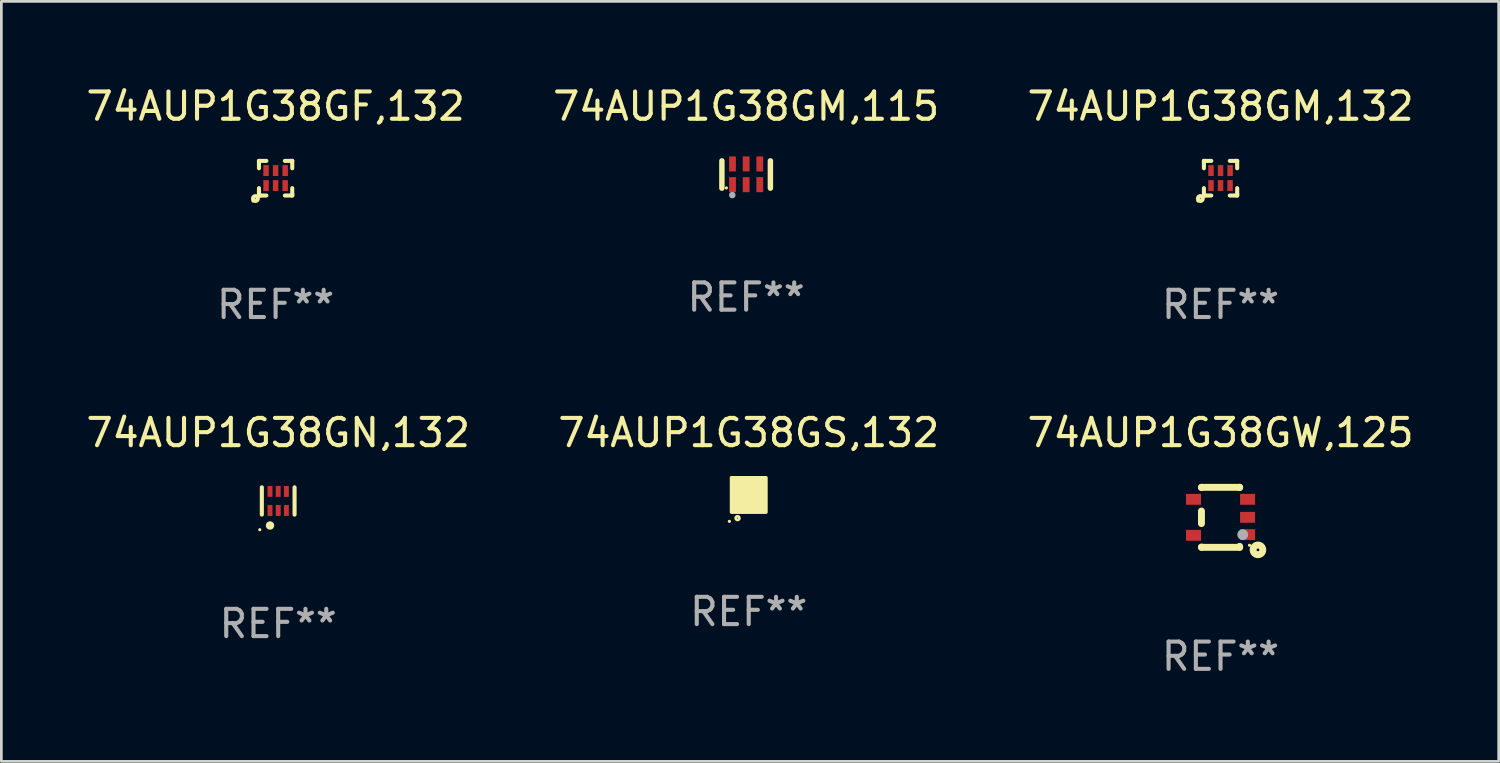
<source format=kicad_pcb>
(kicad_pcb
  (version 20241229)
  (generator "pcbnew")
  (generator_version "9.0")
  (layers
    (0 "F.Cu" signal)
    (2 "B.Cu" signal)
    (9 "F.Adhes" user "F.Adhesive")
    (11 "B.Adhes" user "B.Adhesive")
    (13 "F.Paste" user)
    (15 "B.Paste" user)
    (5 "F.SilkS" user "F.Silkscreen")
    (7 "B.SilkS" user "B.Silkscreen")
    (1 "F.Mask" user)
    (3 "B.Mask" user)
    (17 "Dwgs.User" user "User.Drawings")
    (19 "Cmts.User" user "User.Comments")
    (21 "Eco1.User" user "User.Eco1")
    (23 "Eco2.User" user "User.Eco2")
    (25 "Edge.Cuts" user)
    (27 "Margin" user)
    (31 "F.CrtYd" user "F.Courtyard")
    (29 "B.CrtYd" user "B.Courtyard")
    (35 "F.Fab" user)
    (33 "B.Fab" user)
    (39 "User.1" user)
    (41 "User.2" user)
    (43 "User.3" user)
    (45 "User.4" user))
  (footprint "74AUP1G38GN,132"
    (layer "F.Cu")
    (at 7.149 15.315)
    (property "Reference" "74AUP1G38GN,132" (at 0 -2.5 0) (layer "F.SilkS") (effects (font (size 1 1) (thickness 0.15))))
    (attr through_hole)
    (fp_line (start -0.6 -0.5) (end -0.6 0.5) (stroke (width 0.15) (type solid)) (layer "F.SilkS"))
    (fp_line (start 0.6 0.5) (end 0.6 -0.5) (stroke (width 0.15) (type solid)) (layer "F.SilkS"))
    (fp_circle (center -0.675 1.055) (end -0.645 1.055) (stroke (width 0.06) (type solid)) (fill no) (layer "F.SilkS"))
    (fp_circle (center -0.3 0.9) (end -0.22 0.9) (stroke (width 0.15) (type solid)) (fill no) (layer "F.SilkS"))
    (fp_text user "REF**" (at 0 4.5 0) (layer "F.Fab") (effects (font (size 1 1) (thickness 0.15))))
    (pad "1" smd rect (at -0.3 0.35) (size 0.18 0.4) (layers "F.Cu" "F.Mask" "F.Paste"))
    (pad "2" smd rect (at 0.000025 0.35) (size 0.18 0.4) (layers "F.Cu" "F.Mask" "F.Paste"))
    (pad "3" smd rect (at 0.3 0.35) (size 0.18 0.4) (layers "F.Cu" "F.Mask" "F.Paste"))
    (pad "4" smd rect (at 0.3 -0.35) (size 0.18 0.4) (layers "F.Cu" "F.Mask" "F.Paste"))
    (pad "5" smd rect (at 0.000025 -0.35) (size 0.18 0.4) (layers "F.Cu" "F.Mask" "F.Paste"))
    (pad "6" smd rect (at -0.3 -0.35) (size 0.18 0.4) (layers "F.Cu" "F.Mask" "F.Paste")))
  (footprint "74AUP1G38GF,132"
    (layer "F.Cu")
    (at 7.054 3.483)
    (property "Reference" "74AUP1G38GF,132" (at 0 -2.635 0) (layer "F.SilkS") (effects (font (size 1 1) (thickness 0.15))))
    (attr through_hole)
    (fp_line (start -0.61 0.635) (end -0.61 0.365) (stroke (width 0.15) (type solid)) (layer "F.SilkS"))
    (fp_line (start -0.61 -0.635) (end -0.34 -0.635) (stroke (width 0.15) (type solid)) (layer "F.SilkS"))
    (fp_line (start -0.61 -0.585) (end -0.61 -0.635) (stroke (width 0.15) (type solid)) (layer "F.SilkS"))
    (fp_line (start -0.61 -0.365) (end -0.61 -0.585) (stroke (width 0.15) (type solid)) (layer "F.SilkS"))
    (fp_line (start -0.56 0.635) (end -0.61 0.635) (stroke (width 0.15) (type solid)) (layer "F.SilkS"))
    (fp_line (start -0.34 0.635) (end -0.56 0.635) (stroke (width 0.15) (type solid)) (layer "F.SilkS"))
    (fp_line (start 0.34 -0.635) (end 0.56 -0.635) (stroke (width 0.15) (type solid)) (layer "F.SilkS"))
    (fp_line (start 0.56 -0.635) (end 0.61 -0.635) (stroke (width 0.15) (type solid)) (layer "F.SilkS"))
    (fp_line (start 0.61 -0.635) (end 0.61 -0.365) (stroke (width 0.15) (type solid)) (layer "F.SilkS"))
    (fp_line (start 0.61 0.365) (end 0.61 0.585) (stroke (width 0.15) (type solid)) (layer "F.SilkS"))
    (fp_line (start 0.61 0.585) (end 0.61 0.635) (stroke (width 0.15) (type solid)) (layer "F.SilkS"))
    (fp_line (start 0.61 0.635) (end 0.34 0.635) (stroke (width 0.15) (type solid)) (layer "F.SilkS"))
    (fp_circle (center -0.829 0.834) (end -0.799 0.834) (stroke (width 0.06) (type solid)) (fill no) (layer "F.SilkS"))
    (fp_circle (center -0.74 0.745) (end -0.726 0.745) (stroke (width 0.15) (type solid)) (fill no) (layer "F.SilkS"))
    (fp_text user "REF**" (at 0 4.635 0) (layer "F.Fab") (effects (font (size 1 1) (thickness 0.15))))
    (pad "1" smd rect (at -0.35 0.27) (size 0.2 0.4) (layers "F.Cu" "F.Mask" "F.Paste"))
    (pad "2" smd rect (at -0.000051 0.27) (size 0.2 0.4) (layers "F.Cu" "F.Mask" "F.Paste"))
    (pad "3" smd rect (at 0.35 0.27) (size 0.2 0.4) (layers "F.Cu" "F.Mask" "F.Paste"))
    (pad "4" smd rect (at 0.35 -0.28) (size 0.2 0.4) (layers "F.Cu" "F.Mask" "F.Paste"))
    (pad "5" smd rect (at -0.000051 -0.28) (size 0.2 0.4) (layers "F.Cu" "F.Mask" "F.Paste"))
    (pad "6" smd rect (at -0.35 -0.28) (size 0.2 0.4) (layers "F.Cu" "F.Mask" "F.Paste")))
  (footprint "74AUP1G38GS,132"
    (layer "F.Cu")
    (at 24.399 15.095)
    (property "Reference" "74AUP1G38GS,132" (at 0 -2.28 0) (layer "F.SilkS") (effects (font (size 1 1) (thickness 0.15))))
    (attr through_hole)
    (fp_circle (center -0.71 0.968) (end -0.68 0.968) (stroke (width 0.06) (type solid)) (fill no) (layer "F.SilkS"))
    (fp_circle (center -0.41 0.85) (end -0.342 0.85) (stroke (width 0.1) (type solid)) (fill no) (layer "F.SilkS"))
    (fp_poly (pts (xy -0.635 -0.635) (xy 0.635 -0.635) (xy 0.635 0.635) (xy -0.635 0.635)) (stroke (width 0.12) (type solid)) (fill yes) (layer "F.SilkS"))
    (fp_text user "REF**" (at 0 4.28 0) (layer "F.Fab") (effects (font (size 1 1) (thickness 0.15))))
    (pad "1" smd rect (at -0.35 0.28 90) (size 0.35 0.2) (layers "F.Cu" "F.Mask" "F.Paste"))
    (pad "2" smd rect (at 0 0.28 90) (size 0.35 0.2) (layers "F.Cu" "F.Mask" "F.Paste"))
    (pad "3" smd rect (at 0.35 0.28 90) (size 0.35 0.2) (layers "F.Cu" "F.Mask" "F.Paste"))
    (pad "4" smd rect (at 0.35 -0.28 90) (size 0.35 0.2) (layers "F.Cu" "F.Mask" "F.Paste"))
    (pad "5" smd rect (at 0 -0.28 90) (size 0.35 0.2) (layers "F.Cu" "F.Mask" "F.Paste"))
    (pad "6" smd rect (at -0.35 -0.28 90) (size 0.35 0.2) (layers "F.Cu" "F.Mask" "F.Paste")))
  (footprint "74AUP1G38GW,125"
    (layer "F.Cu")
    (at 41.696 15.915)
    (property "Reference" "74AUP1G38GW,125" (at 0 -3.1 0) (layer "F.SilkS") (effects (font (size 1 1) (thickness 0.15))))
    (attr through_hole)
    (fp_line (start -0.7 -1.1) (end 0.7 -1.1) (stroke (width 0.254) (type solid)) (layer "F.SilkS"))
    (fp_line (start -0.7 -1.09) (end -0.7 -1.1) (stroke (width 0.254) (type solid)) (layer "F.SilkS"))
    (fp_line (start -0.7 0.23) (end -0.7 -0.23) (stroke (width 0.254) (type solid)) (layer "F.SilkS"))
    (fp_line (start -0.7 1.1) (end -0.7 1.09) (stroke (width 0.254) (type solid)) (layer "F.SilkS"))
    (fp_line (start -0.7 1.1) (end 0.7 1.1) (stroke (width 0.254) (type solid)) (layer "F.SilkS"))
    (fp_line (start 0.7 -1.09) (end 0.7 -1.1) (stroke (width 0.254) (type solid)) (layer "F.SilkS"))
    (fp_line (start 0.7 1.1) (end 0.7 1.065) (stroke (width 0.254) (type solid)) (layer "F.SilkS"))
    (fp_circle (center 1.062 1.025) (end 1.092 1.025) (stroke (width 0.06) (type solid)) (fill no) (layer "F.SilkS"))
    (fp_circle (center 1.372 1.194) (end 1.422 1.194) (stroke (width 0.254) (type solid)) (fill no) (layer "F.SilkS"))
    (fp_circle (center 0.813 0.635) (end 0.913 0.635) (stroke (width 0.2) (type solid)) (fill no) (layer "F.Fab"))
    (fp_text user "REF**" (at 0 5.1 0) (layer "F.Fab") (effects (font (size 1 1) (thickness 0.15))))
    (pad "1" smd rect (at 0.991 0.635 270) (size 0.399 0.551) (layers "F.Cu" "F.Mask" "F.Paste"))
    (pad "2" smd rect (at 0.991 0.000051 270) (size 0.399 0.551) (layers "F.Cu" "F.Mask" "F.Paste"))
    (pad "3" smd rect (at 0.991 -0.66 270) (size 0.399 0.551) (layers "F.Cu" "F.Mask" "F.Paste"))
    (pad "4" smd rect (at -0.991 -0.66 270) (size 0.399 0.551) (layers "F.Cu" "F.Mask" "F.Paste"))
    (pad "5" smd rect (at -0.991 0.66 270) (size 0.399 0.551) (layers "F.Cu" "F.Mask" "F.Paste")))
  (footprint "74AUP1G38GM,115"
    (layer "F.Cu")
    (at 24.304 3.348)
    (property "Reference" "74AUP1G38GM,115" (at 0 -2.5 0) (layer "F.SilkS") (effects (font (size 1 1) (thickness 0.15))))
    (attr through_hole)
    (fp_line (start -0.889 0.5) (end -0.889 -0.5) (stroke (width 0.2) (type solid)) (layer "F.SilkS"))
    (fp_line (start 0.889 0.5) (end 0.889 -0.5) (stroke (width 0.2) (type solid)) (layer "F.SilkS"))
    (fp_circle (center -0.725 0.492) (end -0.695 0.492) (stroke (width 0.06) (type solid)) (fill no) (layer "F.SilkS"))
    (fp_circle (center -0.508 0.754) (end -0.448 0.754) (stroke (width 0.12) (type solid)) (fill no) (layer "F.Fab"))
    (fp_text user "REF**" (at 0 4.5 0) (layer "F.Fab") (effects (font (size 1 1) (thickness 0.15))))
    (pad "1" smd rect (at -0.5 0.372) (size 0.25 0.55) (layers "F.Cu" "F.Mask" "F.Paste"))
    (pad "2" smd rect (at -0.000127 0.372) (size 0.25 0.55) (layers "F.Cu" "F.Mask" "F.Paste"))
    (pad "3" smd rect (at 0.5 0.372) (size 0.25 0.55) (layers "F.Cu" "F.Mask" "F.Paste"))
    (pad "4" smd rect (at 0.5 -0.388 180) (size 0.25 0.55) (layers "F.Cu" "F.Mask" "F.Paste"))
    (pad "5" smd rect (at -0.000127 -0.388 180) (size 0.25 0.55) (layers "F.Cu" "F.Mask" "F.Paste"))
    (pad "6" smd rect (at -0.5 -0.388 180) (size 0.25 0.55) (layers "F.Cu" "F.Mask" "F.Paste")))
  (footprint "74AUP1G38GM,132"
    (layer "F.Cu")
    (at 41.696 3.483)
    (property "Reference" "74AUP1G38GM,132" (at 0 -2.635 0) (layer "F.SilkS") (effects (font (size 1 1) (thickness 0.15))))
    (attr through_hole)
    (fp_line (start -0.61 0.635) (end -0.61 0.365) (stroke (width 0.15) (type solid)) (layer "F.SilkS"))
    (fp_line (start -0.61 -0.635) (end -0.34 -0.635) (stroke (width 0.15) (type solid)) (layer "F.SilkS"))
    (fp_line (start -0.61 -0.585) (end -0.61 -0.635) (stroke (width 0.15) (type solid)) (layer "F.SilkS"))
    (fp_line (start -0.61 -0.365) (end -0.61 -0.585) (stroke (width 0.15) (type solid)) (layer "F.SilkS"))
    (fp_line (start -0.56 0.635) (end -0.61 0.635) (stroke (width 0.15) (type solid)) (layer "F.SilkS"))
    (fp_line (start -0.34 0.635) (end -0.56 0.635) (stroke (width 0.15) (type solid)) (layer "F.SilkS"))
    (fp_line (start 0.34 -0.635) (end 0.56 -0.635) (stroke (width 0.15) (type solid)) (layer "F.SilkS"))
    (fp_line (start 0.56 -0.635) (end 0.61 -0.635) (stroke (width 0.15) (type solid)) (layer "F.SilkS"))
    (fp_line (start 0.61 -0.635) (end 0.61 -0.365) (stroke (width 0.15) (type solid)) (layer "F.SilkS"))
    (fp_line (start 0.61 0.365) (end 0.61 0.585) (stroke (width 0.15) (type solid)) (layer "F.SilkS"))
    (fp_line (start 0.61 0.585) (end 0.61 0.635) (stroke (width 0.15) (type solid)) (layer "F.SilkS"))
    (fp_line (start 0.61 0.635) (end 0.34 0.635) (stroke (width 0.15) (type solid)) (layer "F.SilkS"))
    (fp_circle (center -0.829 0.834) (end -0.799 0.834) (stroke (width 0.06) (type solid)) (fill no) (layer "F.SilkS"))
    (fp_circle (center -0.74 0.745) (end -0.726 0.745) (stroke (width 0.15) (type solid)) (fill no) (layer "F.SilkS"))
    (fp_text user "REF**" (at 0 4.635 0) (layer "F.Fab") (effects (font (size 1 1) (thickness 0.15))))
    (pad "1" smd rect (at -0.35 0.27) (size 0.2 0.4) (layers "F.Cu" "F.Mask" "F.Paste"))
    (pad "2" smd rect (at -0.000051 0.27) (size 0.2 0.4) (layers "F.Cu" "F.Mask" "F.Paste"))
    (pad "3" smd rect (at 0.35 0.27) (size 0.2 0.4) (layers "F.Cu" "F.Mask" "F.Paste"))
    (pad "4" smd rect (at 0.35 -0.28) (size 0.2 0.4) (layers "F.Cu" "F.Mask" "F.Paste"))
    (pad "5" smd rect (at -0.000051 -0.28) (size 0.2 0.4) (layers "F.Cu" "F.Mask" "F.Paste"))
    (pad "6" smd rect (at -0.35 -0.28) (size 0.2 0.4) (layers "F.Cu" "F.Mask" "F.Paste")))
  (gr_rect
    (start -3 -3)
    (end 51.893 24.863)
    (stroke (width 0.1) (type default))
    (fill no)
    (layer "Edge.Cuts")))
</source>
